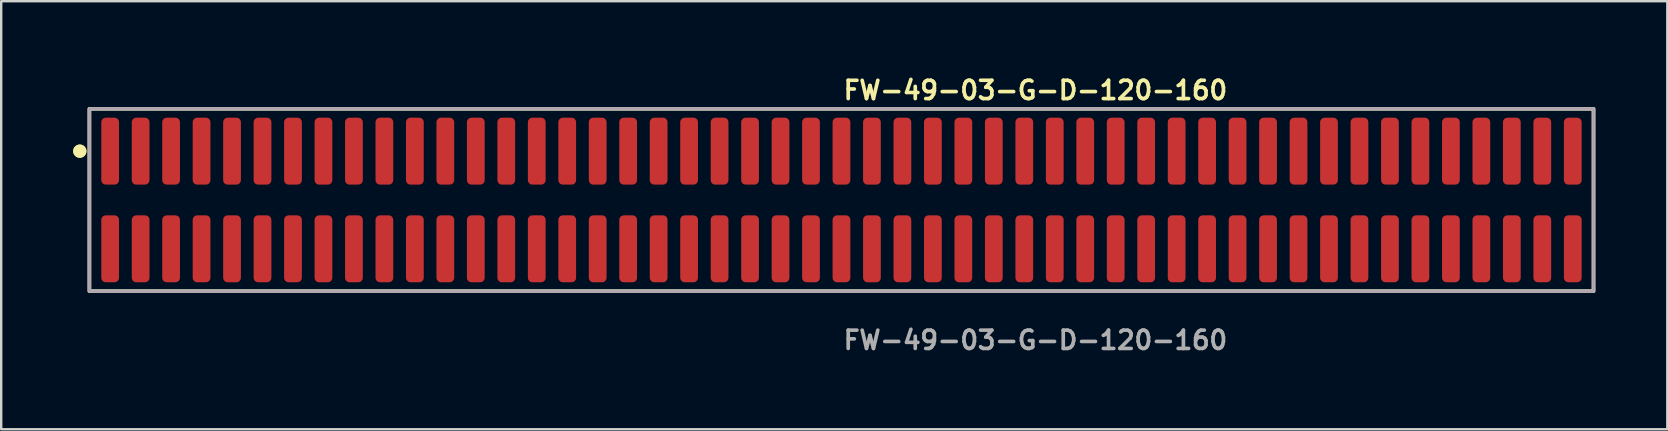
<source format=kicad_pcb>
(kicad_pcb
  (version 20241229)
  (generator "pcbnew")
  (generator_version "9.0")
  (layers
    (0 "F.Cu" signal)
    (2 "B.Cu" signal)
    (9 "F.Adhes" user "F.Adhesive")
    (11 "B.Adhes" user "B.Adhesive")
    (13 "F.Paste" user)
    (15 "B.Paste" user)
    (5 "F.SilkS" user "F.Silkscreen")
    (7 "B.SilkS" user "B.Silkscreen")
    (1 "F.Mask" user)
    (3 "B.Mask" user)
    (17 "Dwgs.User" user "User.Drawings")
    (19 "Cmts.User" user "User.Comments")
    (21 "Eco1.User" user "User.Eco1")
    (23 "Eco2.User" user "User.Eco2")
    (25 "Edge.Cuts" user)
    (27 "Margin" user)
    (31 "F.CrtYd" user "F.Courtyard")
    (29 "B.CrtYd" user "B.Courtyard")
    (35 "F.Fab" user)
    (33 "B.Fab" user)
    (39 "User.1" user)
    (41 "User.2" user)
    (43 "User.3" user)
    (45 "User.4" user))
  (footprint "FW-49-03-G-D-120-160"
    (layer "F.Cu")
    (at 32.021 5.285)
    (property "Reference" "FW-49-03-G-D-120-160" (at 0 -4.572 0) (unlocked yes) (layer "F.SilkS") (effects (font (size 0.762 0.762) (thickness 0.152)) (justify left)))
    (fp_rect (start -31.345 3.8) (end 31.345 -3.8) (stroke (width 0.152) (type solid)) (fill no) (layer "F.SilkS"))
    (fp_circle (center -31.745 -2.035) (end -31.945 -2.035) (stroke (width 0.152) (type solid)) (fill yes) (layer "F.SilkS"))
    (fp_circle (center -31.745 -2.035) (end -31.945 -2.035) (stroke (width 0.152) (type solid)) (fill yes) (layer "F.SilkS"))
    (fp_rect (start -31.345 3.8) (end 31.345 -3.8) (stroke (width 0.006) (type solid)) (fill no) (layer "F.CrtYd"))
    (fp_rect (start -31.345 3.8) (end 31.345 -3.8) (stroke (width 0.152) (type solid)) (fill no) (layer "F.Fab"))
    (fp_text user "${REFERENCE}" (at 0 5.842 0) (unlocked yes) (layer "F.Fab") (effects (font (size 0.762 0.762) (thickness 0.152)) (justify left)))
    (pad "1" smd roundrect (at -30.48 -2.035) (size 0.74 2.79) (layers "F.Cu" "F.Paste") (roundrect_rratio 0.25))
    (pad "2" smd roundrect (at -30.48 2.035) (size 0.74 2.79) (layers "F.Cu" "F.Paste") (roundrect_rratio 0.25))
    (pad "3" smd roundrect (at -29.21 -2.035) (size 0.74 2.79) (layers "F.Cu" "F.Paste") (roundrect_rratio 0.25))
    (pad "4" smd roundrect (at -29.21 2.035) (size 0.74 2.79) (layers "F.Cu" "F.Paste") (roundrect_rratio 0.25))
    (pad "5" smd roundrect (at -27.94 -2.035) (size 0.74 2.79) (layers "F.Cu" "F.Paste") (roundrect_rratio 0.25))
    (pad "6" smd roundrect (at -27.94 2.035) (size 0.74 2.79) (layers "F.Cu" "F.Paste") (roundrect_rratio 0.25))
    (pad "7" smd roundrect (at -26.67 -2.035) (size 0.74 2.79) (layers "F.Cu" "F.Paste") (roundrect_rratio 0.25))
    (pad "8" smd roundrect (at -26.67 2.035) (size 0.74 2.79) (layers "F.Cu" "F.Paste") (roundrect_rratio 0.25))
    (pad "9" smd roundrect (at -25.4 -2.035) (size 0.74 2.79) (layers "F.Cu" "F.Paste") (roundrect_rratio 0.25))
    (pad "10" smd roundrect (at -25.4 2.035) (size 0.74 2.79) (layers "F.Cu" "F.Paste") (roundrect_rratio 0.25))
    (pad "11" smd roundrect (at -24.13 -2.035) (size 0.74 2.79) (layers "F.Cu" "F.Paste") (roundrect_rratio 0.25))
    (pad "12" smd roundrect (at -24.13 2.035) (size 0.74 2.79) (layers "F.Cu" "F.Paste") (roundrect_rratio 0.25))
    (pad "13" smd roundrect (at -22.86 -2.035) (size 0.74 2.79) (layers "F.Cu" "F.Paste") (roundrect_rratio 0.25))
    (pad "14" smd roundrect (at -22.86 2.035) (size 0.74 2.79) (layers "F.Cu" "F.Paste") (roundrect_rratio 0.25))
    (pad "15" smd roundrect (at -21.59 -2.035) (size 0.74 2.79) (layers "F.Cu" "F.Paste") (roundrect_rratio 0.25))
    (pad "16" smd roundrect (at -21.59 2.035) (size 0.74 2.79) (layers "F.Cu" "F.Paste") (roundrect_rratio 0.25))
    (pad "17" smd roundrect (at -20.32 -2.035) (size 0.74 2.79) (layers "F.Cu" "F.Paste") (roundrect_rratio 0.25))
    (pad "18" smd roundrect (at -20.32 2.035) (size 0.74 2.79) (layers "F.Cu" "F.Paste") (roundrect_rratio 0.25))
    (pad "19" smd roundrect (at -19.05 -2.035) (size 0.74 2.79) (layers "F.Cu" "F.Paste") (roundrect_rratio 0.25))
    (pad "20" smd roundrect (at -19.05 2.035) (size 0.74 2.79) (layers "F.Cu" "F.Paste") (roundrect_rratio 0.25))
    (pad "21" smd roundrect (at -17.78 -2.035) (size 0.74 2.79) (layers "F.Cu" "F.Paste") (roundrect_rratio 0.25))
    (pad "22" smd roundrect (at -17.78 2.035) (size 0.74 2.79) (layers "F.Cu" "F.Paste") (roundrect_rratio 0.25))
    (pad "23" smd roundrect (at -16.51 -2.035) (size 0.74 2.79) (layers "F.Cu" "F.Paste") (roundrect_rratio 0.25))
    (pad "24" smd roundrect (at -16.51 2.035) (size 0.74 2.79) (layers "F.Cu" "F.Paste") (roundrect_rratio 0.25))
    (pad "25" smd roundrect (at -15.24 -2.035) (size 0.74 2.79) (layers "F.Cu" "F.Paste") (roundrect_rratio 0.25))
    (pad "26" smd roundrect (at -15.24 2.035) (size 0.74 2.79) (layers "F.Cu" "F.Paste") (roundrect_rratio 0.25))
    (pad "27" smd roundrect (at -13.97 -2.035) (size 0.74 2.79) (layers "F.Cu" "F.Paste") (roundrect_rratio 0.25))
    (pad "28" smd roundrect (at -13.97 2.035) (size 0.74 2.79) (layers "F.Cu" "F.Paste") (roundrect_rratio 0.25))
    (pad "29" smd roundrect (at -12.7 -2.035) (size 0.74 2.79) (layers "F.Cu" "F.Paste") (roundrect_rratio 0.25))
    (pad "30" smd roundrect (at -12.7 2.035) (size 0.74 2.79) (layers "F.Cu" "F.Paste") (roundrect_rratio 0.25))
    (pad "31" smd roundrect (at -11.43 -2.035) (size 0.74 2.79) (layers "F.Cu" "F.Paste") (roundrect_rratio 0.25))
    (pad "32" smd roundrect (at -11.43 2.035) (size 0.74 2.79) (layers "F.Cu" "F.Paste") (roundrect_rratio 0.25))
    (pad "33" smd roundrect (at -10.16 -2.035) (size 0.74 2.79) (layers "F.Cu" "F.Paste") (roundrect_rratio 0.25))
    (pad "34" smd roundrect (at -10.16 2.035) (size 0.74 2.79) (layers "F.Cu" "F.Paste") (roundrect_rratio 0.25))
    (pad "35" smd roundrect (at -8.89 -2.035) (size 0.74 2.79) (layers "F.Cu" "F.Paste") (roundrect_rratio 0.25))
    (pad "36" smd roundrect (at -8.89 2.035) (size 0.74 2.79) (layers "F.Cu" "F.Paste") (roundrect_rratio 0.25))
    (pad "37" smd roundrect (at -7.62 -2.035) (size 0.74 2.79) (layers "F.Cu" "F.Paste") (roundrect_rratio 0.25))
    (pad "38" smd roundrect (at -7.62 2.035) (size 0.74 2.79) (layers "F.Cu" "F.Paste") (roundrect_rratio 0.25))
    (pad "39" smd roundrect (at -6.35 -2.035) (size 0.74 2.79) (layers "F.Cu" "F.Paste") (roundrect_rratio 0.25))
    (pad "40" smd roundrect (at -6.35 2.035) (size 0.74 2.79) (layers "F.Cu" "F.Paste") (roundrect_rratio 0.25))
    (pad "41" smd roundrect (at -5.08 -2.035) (size 0.74 2.79) (layers "F.Cu" "F.Paste") (roundrect_rratio 0.25))
    (pad "42" smd roundrect (at -5.08 2.035) (size 0.74 2.79) (layers "F.Cu" "F.Paste") (roundrect_rratio 0.25))
    (pad "43" smd roundrect (at -3.81 -2.035) (size 0.74 2.79) (layers "F.Cu" "F.Paste") (roundrect_rratio 0.25))
    (pad "44" smd roundrect (at -3.81 2.035) (size 0.74 2.79) (layers "F.Cu" "F.Paste") (roundrect_rratio 0.25))
    (pad "45" smd roundrect (at -2.54 -2.035) (size 0.74 2.79) (layers "F.Cu" "F.Paste") (roundrect_rratio 0.25))
    (pad "46" smd roundrect (at -2.54 2.035) (size 0.74 2.79) (layers "F.Cu" "F.Paste") (roundrect_rratio 0.25))
    (pad "47" smd roundrect (at -1.27 -2.035) (size 0.74 2.79) (layers "F.Cu" "F.Paste") (roundrect_rratio 0.25))
    (pad "48" smd roundrect (at -1.27 2.035) (size 0.74 2.79) (layers "F.Cu" "F.Paste") (roundrect_rratio 0.25))
    (pad "49" smd roundrect (at 0 -2.035) (size 0.74 2.79) (layers "F.Cu" "F.Paste") (roundrect_rratio 0.25))
    (pad "50" smd roundrect (at 0 2.035) (size 0.74 2.79) (layers "F.Cu" "F.Paste") (roundrect_rratio 0.25))
    (pad "51" smd roundrect (at 1.27 -2.035) (size 0.74 2.79) (layers "F.Cu" "F.Paste") (roundrect_rratio 0.25))
    (pad "52" smd roundrect (at 1.27 2.035) (size 0.74 2.79) (layers "F.Cu" "F.Paste") (roundrect_rratio 0.25))
    (pad "53" smd roundrect (at 2.54 -2.035) (size 0.74 2.79) (layers "F.Cu" "F.Paste") (roundrect_rratio 0.25))
    (pad "54" smd roundrect (at 2.54 2.035) (size 0.74 2.79) (layers "F.Cu" "F.Paste") (roundrect_rratio 0.25))
    (pad "55" smd roundrect (at 3.81 -2.035) (size 0.74 2.79) (layers "F.Cu" "F.Paste") (roundrect_rratio 0.25))
    (pad "56" smd roundrect (at 3.81 2.035) (size 0.74 2.79) (layers "F.Cu" "F.Paste") (roundrect_rratio 0.25))
    (pad "57" smd roundrect (at 5.08 -2.035) (size 0.74 2.79) (layers "F.Cu" "F.Paste") (roundrect_rratio 0.25))
    (pad "58" smd roundrect (at 5.08 2.035) (size 0.74 2.79) (layers "F.Cu" "F.Paste") (roundrect_rratio 0.25))
    (pad "59" smd roundrect (at 6.35 -2.035) (size 0.74 2.79) (layers "F.Cu" "F.Paste") (roundrect_rratio 0.25))
    (pad "60" smd roundrect (at 6.35 2.035) (size 0.74 2.79) (layers "F.Cu" "F.Paste") (roundrect_rratio 0.25))
    (pad "61" smd roundrect (at 7.62 -2.035) (size 0.74 2.79) (layers "F.Cu" "F.Paste") (roundrect_rratio 0.25))
    (pad "62" smd roundrect (at 7.62 2.035) (size 0.74 2.79) (layers "F.Cu" "F.Paste") (roundrect_rratio 0.25))
    (pad "63" smd roundrect (at 8.89 -2.035) (size 0.74 2.79) (layers "F.Cu" "F.Paste") (roundrect_rratio 0.25))
    (pad "64" smd roundrect (at 8.89 2.035) (size 0.74 2.79) (layers "F.Cu" "F.Paste") (roundrect_rratio 0.25))
    (pad "65" smd roundrect (at 10.16 -2.035) (size 0.74 2.79) (layers "F.Cu" "F.Paste") (roundrect_rratio 0.25))
    (pad "66" smd roundrect (at 10.16 2.035) (size 0.74 2.79) (layers "F.Cu" "F.Paste") (roundrect_rratio 0.25))
    (pad "67" smd roundrect (at 11.43 -2.035) (size 0.74 2.79) (layers "F.Cu" "F.Paste") (roundrect_rratio 0.25))
    (pad "68" smd roundrect (at 11.43 2.035) (size 0.74 2.79) (layers "F.Cu" "F.Paste") (roundrect_rratio 0.25))
    (pad "69" smd roundrect (at 12.7 -2.035) (size 0.74 2.79) (layers "F.Cu" "F.Paste") (roundrect_rratio 0.25))
    (pad "70" smd roundrect (at 12.7 2.035) (size 0.74 2.79) (layers "F.Cu" "F.Paste") (roundrect_rratio 0.25))
    (pad "71" smd roundrect (at 13.97 -2.035) (size 0.74 2.79) (layers "F.Cu" "F.Paste") (roundrect_rratio 0.25))
    (pad "72" smd roundrect (at 13.97 2.035) (size 0.74 2.79) (layers "F.Cu" "F.Paste") (roundrect_rratio 0.25))
    (pad "73" smd roundrect (at 15.24 -2.035) (size 0.74 2.79) (layers "F.Cu" "F.Paste") (roundrect_rratio 0.25))
    (pad "74" smd roundrect (at 15.24 2.035) (size 0.74 2.79) (layers "F.Cu" "F.Paste") (roundrect_rratio 0.25))
    (pad "75" smd roundrect (at 16.51 -2.035) (size 0.74 2.79) (layers "F.Cu" "F.Paste") (roundrect_rratio 0.25))
    (pad "76" smd roundrect (at 16.51 2.035) (size 0.74 2.79) (layers "F.Cu" "F.Paste") (roundrect_rratio 0.25))
    (pad "77" smd roundrect (at 17.78 -2.035) (size 0.74 2.79) (layers "F.Cu" "F.Paste") (roundrect_rratio 0.25))
    (pad "78" smd roundrect (at 17.78 2.035) (size 0.74 2.79) (layers "F.Cu" "F.Paste") (roundrect_rratio 0.25))
    (pad "79" smd roundrect (at 19.05 -2.035) (size 0.74 2.79) (layers "F.Cu" "F.Paste") (roundrect_rratio 0.25))
    (pad "80" smd roundrect (at 19.05 2.035) (size 0.74 2.79) (layers "F.Cu" "F.Paste") (roundrect_rratio 0.25))
    (pad "81" smd roundrect (at 20.32 -2.035) (size 0.74 2.79) (layers "F.Cu" "F.Paste") (roundrect_rratio 0.25))
    (pad "82" smd roundrect (at 20.32 2.035) (size 0.74 2.79) (layers "F.Cu" "F.Paste") (roundrect_rratio 0.25))
    (pad "83" smd roundrect (at 21.59 -2.035) (size 0.74 2.79) (layers "F.Cu" "F.Paste") (roundrect_rratio 0.25))
    (pad "84" smd roundrect (at 21.59 2.035) (size 0.74 2.79) (layers "F.Cu" "F.Paste") (roundrect_rratio 0.25))
    (pad "85" smd roundrect (at 22.86 -2.035) (size 0.74 2.79) (layers "F.Cu" "F.Paste") (roundrect_rratio 0.25))
    (pad "86" smd roundrect (at 22.86 2.035) (size 0.74 2.79) (layers "F.Cu" "F.Paste") (roundrect_rratio 0.25))
    (pad "87" smd roundrect (at 24.13 -2.035) (size 0.74 2.79) (layers "F.Cu" "F.Paste") (roundrect_rratio 0.25))
    (pad "88" smd roundrect (at 24.13 2.035) (size 0.74 2.79) (layers "F.Cu" "F.Paste") (roundrect_rratio 0.25))
    (pad "89" smd roundrect (at 25.4 -2.035) (size 0.74 2.79) (layers "F.Cu" "F.Paste") (roundrect_rratio 0.25))
    (pad "90" smd roundrect (at 25.4 2.035) (size 0.74 2.79) (layers "F.Cu" "F.Paste") (roundrect_rratio 0.25))
    (pad "91" smd roundrect (at 26.67 -2.035) (size 0.74 2.79) (layers "F.Cu" "F.Paste") (roundrect_rratio 0.25))
    (pad "92" smd roundrect (at 26.67 2.035) (size 0.74 2.79) (layers "F.Cu" "F.Paste") (roundrect_rratio 0.25))
    (pad "93" smd roundrect (at 27.94 -2.035) (size 0.74 2.79) (layers "F.Cu" "F.Paste") (roundrect_rratio 0.25))
    (pad "94" smd roundrect (at 27.94 2.035) (size 0.74 2.79) (layers "F.Cu" "F.Paste") (roundrect_rratio 0.25))
    (pad "95" smd roundrect (at 29.21 -2.035) (size 0.74 2.79) (layers "F.Cu" "F.Paste") (roundrect_rratio 0.25))
    (pad "96" smd roundrect (at 29.21 2.035) (size 0.74 2.79) (layers "F.Cu" "F.Paste") (roundrect_rratio 0.25))
    (pad "97" smd roundrect (at 30.48 -2.035) (size 0.74 2.79) (layers "F.Cu" "F.Paste") (roundrect_rratio 0.25))
    (pad "98" smd roundrect (at 30.48 2.035) (size 0.74 2.79) (layers "F.Cu" "F.Paste") (roundrect_rratio 0.25)))
  (gr_rect
    (start -3 -3)
    (end 66.442 14.84)
    (stroke (width 0.1) (type default))
    (fill no)
    (layer "Edge.Cuts")))
</source>
